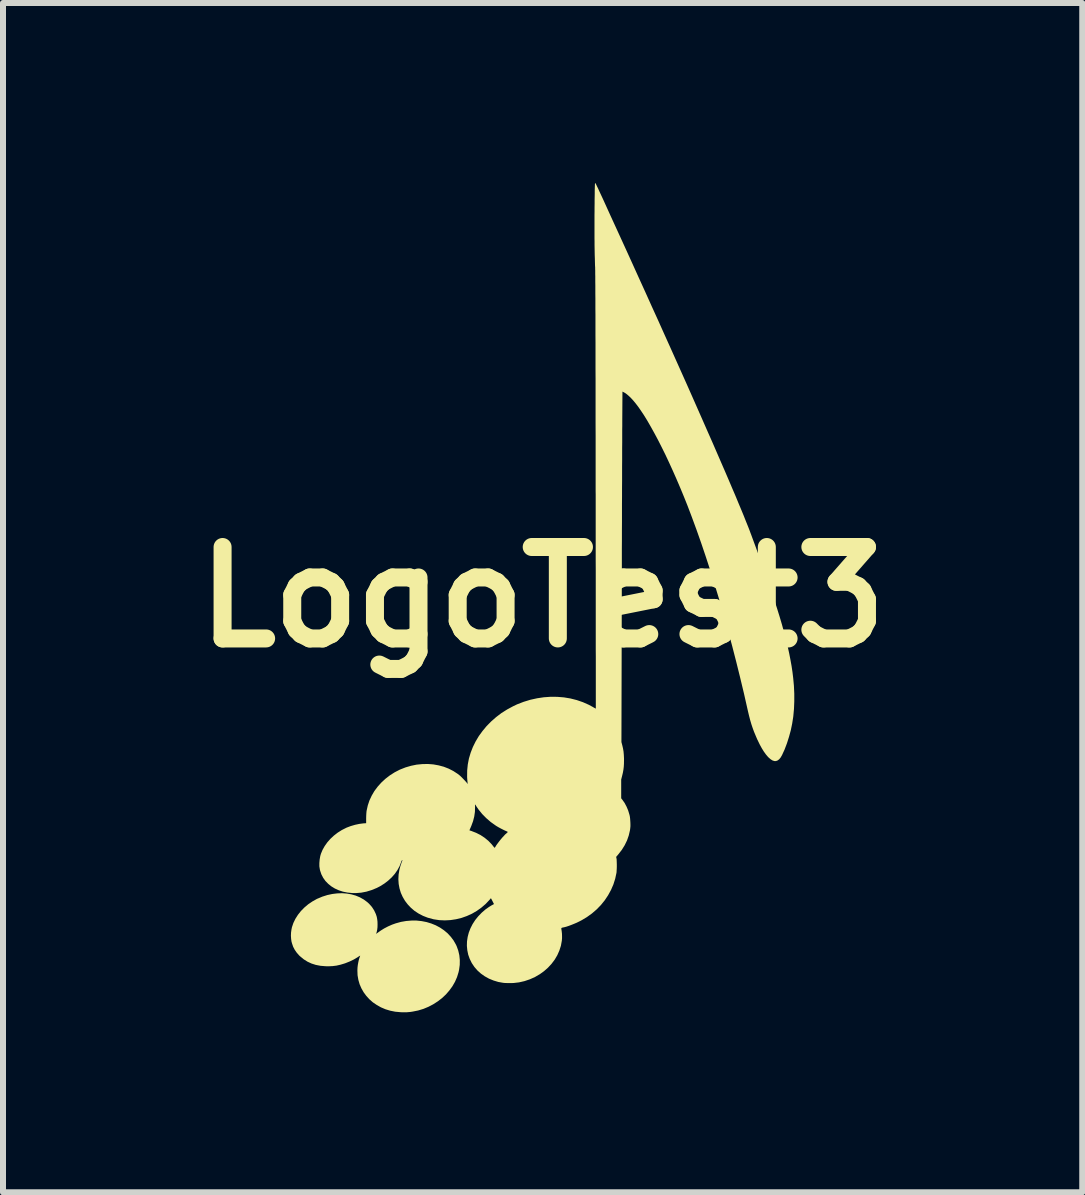
<source format=kicad_pcb>
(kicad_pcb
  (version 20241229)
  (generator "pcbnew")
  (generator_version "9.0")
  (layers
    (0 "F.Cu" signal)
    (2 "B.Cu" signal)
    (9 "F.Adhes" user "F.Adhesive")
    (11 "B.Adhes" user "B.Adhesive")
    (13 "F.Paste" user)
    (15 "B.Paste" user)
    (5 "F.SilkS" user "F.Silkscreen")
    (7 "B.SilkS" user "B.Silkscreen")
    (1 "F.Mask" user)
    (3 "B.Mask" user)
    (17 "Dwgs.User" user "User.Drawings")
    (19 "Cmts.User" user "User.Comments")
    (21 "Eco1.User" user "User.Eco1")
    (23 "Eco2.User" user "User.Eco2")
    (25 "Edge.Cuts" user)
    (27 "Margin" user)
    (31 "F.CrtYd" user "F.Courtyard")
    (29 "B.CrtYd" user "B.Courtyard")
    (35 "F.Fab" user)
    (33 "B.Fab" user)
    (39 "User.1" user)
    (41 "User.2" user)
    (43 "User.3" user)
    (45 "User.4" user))
  (footprint "LogoTest3"
    (layer "F.Cu")
    (at 5.994 6.902)
    (property "Reference" "LogoTest3" (at 0 0 0) (layer "F.SilkS") (effects (font (size 1.524 1.524) (thickness 0.3))))
    (attr board_only exclude_from_pos_files exclude_from_bom)
    (fp_poly (pts (xy -3.264 4.942) (xy -3.188 4.955) (xy -3.114 4.976) (xy -3.045 5.005) (xy -2.981 5.041) (xy -2.923 5.084) (xy -2.892 5.112) (xy -2.845 5.165) (xy -2.808 5.222) (xy -2.779 5.284) (xy -2.764 5.33) (xy -2.757 5.368) (xy -2.752 5.411) (xy -2.751 5.457) (xy -2.752 5.503) (xy -2.757 5.545) (xy -2.765 5.582) (xy -2.768 5.592) (xy -2.772 5.604) (xy -2.775 5.612) (xy -2.775 5.613) (xy -2.772 5.612) (xy -2.763 5.605) (xy -2.754 5.599) (xy -2.701 5.561) (xy -2.642 5.524) (xy -2.577 5.49) (xy -2.509 5.46) (xy -2.447 5.438) (xy -2.36 5.414) (xy -2.273 5.399) (xy -2.186 5.392) (xy -2.1 5.392) (xy -2.016 5.401) (xy -1.934 5.417) (xy -1.855 5.441) (xy -1.781 5.471) (xy -1.71 5.509) (xy -1.645 5.553) (xy -1.585 5.603) (xy -1.532 5.66) (xy -1.485 5.722) (xy -1.446 5.79) (xy -1.433 5.817) (xy -1.406 5.892) (xy -1.388 5.97) (xy -1.38 6.049) (xy -1.381 6.13) (xy -1.392 6.212) (xy -1.401 6.253) (xy -1.426 6.334) (xy -1.46 6.412) (xy -1.503 6.487) (xy -1.554 6.557) (xy -1.611 6.623) (xy -1.676 6.684) (xy -1.746 6.738) (xy -1.822 6.787) (xy -1.902 6.829) (xy -1.986 6.864) (xy -2.075 6.891) (xy -2.165 6.909) (xy -2.203 6.915) (xy -2.238 6.918) (xy -2.27 6.921) (xy -2.301 6.921) (xy -2.336 6.921) (xy -2.37 6.919) (xy -2.457 6.911) (xy -2.541 6.894) (xy -2.62 6.87) (xy -2.695 6.838) (xy -2.764 6.799) (xy -2.829 6.755) (xy -2.887 6.704) (xy -2.938 6.648) (xy -2.983 6.587) (xy -3.02 6.522) (xy -3.05 6.453) (xy -3.071 6.38) (xy -3.084 6.304) (xy -3.087 6.225) (xy -3.085 6.175) (xy -3.08 6.132) (xy -3.072 6.088) (xy -3.063 6.047) (xy -3.053 6.013) (xy -3.049 6.003) (xy -3.044 5.989) (xy -3.041 5.98) (xy -3.041 5.977) (xy -3.046 5.979) (xy -3.056 5.986) (xy -3.072 5.995) (xy -3.083 6.003) (xy -3.145 6.04) (xy -3.213 6.073) (xy -3.283 6.101) (xy -3.3 6.107) (xy -3.37 6.128) (xy -3.436 6.143) (xy -3.501 6.151) (xy -3.567 6.154) (xy -3.618 6.153) (xy -3.702 6.146) (xy -3.78 6.131) (xy -3.852 6.108) (xy -3.919 6.077) (xy -3.981 6.038) (xy -4.038 5.991) (xy -4.058 5.973) (xy -4.099 5.926) (xy -4.132 5.878) (xy -4.158 5.828) (xy -4.177 5.772) (xy -4.186 5.739) (xy -4.192 5.694) (xy -4.195 5.645) (xy -4.193 5.593) (xy -4.186 5.542) (xy -4.178 5.503) (xy -4.154 5.432) (xy -4.12 5.362) (xy -4.078 5.296) (xy -4.028 5.233) (xy -3.97 5.174) (xy -3.906 5.12) (xy -3.835 5.072) (xy -3.76 5.03) (xy -3.752 5.027) (xy -3.671 4.993) (xy -3.589 4.967) (xy -3.506 4.949) (xy -3.424 4.939) (xy -3.343 4.936)) (stroke (width 0) (type solid)) (fill yes) (layer "F.SilkS"))
    (fp_poly (pts (xy 0.877 -6.901) (xy 0.88 -6.898) (xy 0.885 -6.89) (xy 0.892 -6.878) (xy 0.9 -6.861) (xy 0.911 -6.838) (xy 0.925 -6.81) (xy 0.941 -6.774) (xy 0.961 -6.731) (xy 0.985 -6.68) (xy 1.01 -6.626) (xy 1.132 -6.357) (xy 1.253 -6.093) (xy 1.372 -5.833) (xy 1.488 -5.578) (xy 1.601 -5.328) (xy 1.713 -5.082) (xy 1.821 -4.842) (xy 1.928 -4.607) (xy 2.031 -4.377) (xy 2.132 -4.153) (xy 2.23 -3.934) (xy 2.325 -3.722) (xy 2.417 -3.516) (xy 2.506 -3.315) (xy 2.591 -3.122) (xy 2.674 -2.934) (xy 2.753 -2.754) (xy 2.83 -2.58) (xy 2.902 -2.414) (xy 2.971 -2.255) (xy 3.037 -2.103) (xy 3.099 -1.959) (xy 3.157 -1.822) (xy 3.212 -1.694) (xy 3.262 -1.573) (xy 3.309 -1.461) (xy 3.352 -1.357) (xy 3.39 -1.261) (xy 3.425 -1.175) (xy 3.451 -1.108) (xy 3.463 -1.075) (xy 3.479 -1.033) (xy 3.497 -0.984) (xy 3.517 -0.93) (xy 3.539 -0.87) (xy 3.562 -0.808) (xy 3.586 -0.742) (xy 3.61 -0.676) (xy 3.634 -0.61) (xy 3.658 -0.545) (xy 3.68 -0.482) (xy 3.702 -0.423) (xy 3.721 -0.368) (xy 3.738 -0.32) (xy 3.748 -0.29) (xy 3.805 -0.125) (xy 3.857 0.031) (xy 3.905 0.18) (xy 3.949 0.321) (xy 3.989 0.456) (xy 4.024 0.584) (xy 4.057 0.707) (xy 4.085 0.824) (xy 4.11 0.937) (xy 4.131 1.045) (xy 4.15 1.15) (xy 4.165 1.251) (xy 4.177 1.35) (xy 4.189 1.479) (xy 4.195 1.61) (xy 4.195 1.739) (xy 4.19 1.864) (xy 4.179 1.984) (xy 4.177 2) (xy 4.16 2.109) (xy 4.137 2.22) (xy 4.107 2.33) (xy 4.073 2.437) (xy 4.034 2.54) (xy 3.991 2.634) (xy 3.968 2.674) (xy 3.944 2.703) (xy 3.918 2.723) (xy 3.891 2.733) (xy 3.862 2.733) (xy 3.832 2.723) (xy 3.8 2.703) (xy 3.766 2.673) (xy 3.757 2.664) (xy 3.722 2.623) (xy 3.687 2.574) (xy 3.653 2.519) (xy 3.618 2.455) (xy 3.583 2.382) (xy 3.578 2.373) (xy 3.55 2.307) (xy 3.524 2.245) (xy 3.501 2.182) (xy 3.48 2.119) (xy 3.46 2.051) (xy 3.441 1.978) (xy 3.422 1.898) (xy 3.415 1.867) (xy 3.356 1.606) (xy 3.293 1.343) (xy 3.228 1.081) (xy 3.161 0.82) (xy 3.091 0.561) (xy 3.02 0.305) (xy 2.947 0.052) (xy 2.872 -0.196) (xy 2.797 -0.438) (xy 2.72 -0.674) (xy 2.643 -0.902) (xy 2.565 -1.123) (xy 2.487 -1.335) (xy 2.472 -1.375) (xy 2.414 -1.527) (xy 2.354 -1.677) (xy 2.293 -1.824) (xy 2.231 -1.969) (xy 2.169 -2.109) (xy 2.107 -2.245) (xy 2.045 -2.377) (xy 1.983 -2.502) (xy 1.922 -2.622) (xy 1.861 -2.736) (xy 1.802 -2.842) (xy 1.745 -2.941) (xy 1.689 -3.032) (xy 1.635 -3.113) (xy 1.596 -3.169) (xy 1.551 -3.228) (xy 1.507 -3.281) (xy 1.465 -3.326) (xy 1.425 -3.363) (xy 1.388 -3.393) (xy 1.36 -3.41) (xy 1.331 -3.425) (xy 1.328 -2.934) (xy 1.328 -2.896) (xy 1.328 -2.849) (xy 1.327 -2.793) (xy 1.327 -2.728) (xy 1.327 -2.655) (xy 1.327 -2.574) (xy 1.326 -2.484) (xy 1.326 -2.388) (xy 1.326 -2.285) (xy 1.325 -2.175) (xy 1.325 -2.059) (xy 1.325 -1.938) (xy 1.324 -1.811) (xy 1.324 -1.679) (xy 1.323 -1.543) (xy 1.323 -1.403) (xy 1.323 -1.259) (xy 1.322 -1.111) (xy 1.322 -0.961) (xy 1.321 -0.808) (xy 1.321 -0.652) (xy 1.321 -0.495) (xy 1.32 -0.337) (xy 1.32 -0.178) (xy 1.32 -0.018) (xy 1.32 -0.013) (xy 1.314 2.417) (xy 1.327 2.466) (xy 1.34 2.521) (xy 1.349 2.574) (xy 1.354 2.63) (xy 1.357 2.691) (xy 1.357 2.72) (xy 1.356 2.778) (xy 1.353 2.829) (xy 1.347 2.878) (xy 1.338 2.928) (xy 1.325 2.982) (xy 1.31 3.041) (xy 1.31 3.354) (xy 1.33 3.379) (xy 1.367 3.432) (xy 1.399 3.492) (xy 1.426 3.556) (xy 1.446 3.622) (xy 1.453 3.65) (xy 1.456 3.67) (xy 1.459 3.696) (xy 1.461 3.726) (xy 1.463 3.755) (xy 1.463 3.757) (xy 1.464 3.791) (xy 1.464 3.818) (xy 1.462 3.842) (xy 1.459 3.868) (xy 1.456 3.888) (xy 1.436 3.974) (xy 1.407 4.057) (xy 1.368 4.137) (xy 1.32 4.214) (xy 1.265 4.285) (xy 1.226 4.331) (xy 1.231 4.354) (xy 1.234 4.371) (xy 1.235 4.395) (xy 1.236 4.425) (xy 1.237 4.458) (xy 1.237 4.493) (xy 1.236 4.527) (xy 1.234 4.558) (xy 1.233 4.583) (xy 1.231 4.598) (xy 1.21 4.695) (xy 1.18 4.79) (xy 1.14 4.882) (xy 1.092 4.97) (xy 1.036 5.054) (xy 0.972 5.133) (xy 0.901 5.206) (xy 0.822 5.274) (xy 0.737 5.335) (xy 0.65 5.387) (xy 0.611 5.407) (xy 0.568 5.428) (xy 0.523 5.447) (xy 0.478 5.465) (xy 0.435 5.481) (xy 0.396 5.494) (xy 0.362 5.503) (xy 0.342 5.507) (xy 0.324 5.511) (xy 0.315 5.516) (xy 0.312 5.524) (xy 0.313 5.539) (xy 0.315 5.546) (xy 0.319 5.575) (xy 0.323 5.612) (xy 0.324 5.651) (xy 0.324 5.689) (xy 0.321 5.723) (xy 0.32 5.731) (xy 0.305 5.813) (xy 0.279 5.893) (xy 0.245 5.97) (xy 0.202 6.043) (xy 0.15 6.112) (xy 0.09 6.177) (xy 0.023 6.236) (xy -0.045 6.285) (xy -0.127 6.333) (xy -0.212 6.371) (xy -0.301 6.401) (xy -0.392 6.422) (xy -0.485 6.433) (xy -0.549 6.434) (xy -0.578 6.434) (xy -0.607 6.433) (xy -0.633 6.432) (xy -0.652 6.43) (xy -0.655 6.43) (xy -0.739 6.415) (xy -0.818 6.391) (xy -0.894 6.36) (xy -0.964 6.321) (xy -1.028 6.276) (xy -1.086 6.224) (xy -1.137 6.165) (xy -1.18 6.101) (xy -1.181 6.099) (xy -1.215 6.03) (xy -1.24 5.96) (xy -1.255 5.887) (xy -1.262 5.813) (xy -1.26 5.739) (xy -1.249 5.665) (xy -1.23 5.592) (xy -1.202 5.52) (xy -1.167 5.451) (xy -1.123 5.383) (xy -1.072 5.32) (xy -1.014 5.26) (xy -0.949 5.204) (xy -0.892 5.164) (xy -0.872 5.152) (xy -0.853 5.14) (xy -0.836 5.131) (xy -0.835 5.13) (xy -0.822 5.123) (xy -0.813 5.119) (xy -0.811 5.117) (xy -0.813 5.113) (xy -0.818 5.101) (xy -0.827 5.085) (xy -0.835 5.068) (xy -0.861 5.019) (xy -0.884 5.046) (xy -0.949 5.115) (xy -1.02 5.176) (xy -1.097 5.231) (xy -1.178 5.278) (xy -1.264 5.317) (xy -1.352 5.348) (xy -1.443 5.37) (xy -1.536 5.384) (xy -1.629 5.389) (xy -1.722 5.385) (xy -1.814 5.371) (xy -1.83 5.367) (xy -1.915 5.344) (xy -1.994 5.313) (xy -2.067 5.275) (xy -2.134 5.231) (xy -2.194 5.18) (xy -2.247 5.124) (xy -2.293 5.064) (xy -2.332 4.998) (xy -2.363 4.929) (xy -2.385 4.856) (xy -2.399 4.781) (xy -2.404 4.703) (xy -2.4 4.623) (xy -2.386 4.541) (xy -2.382 4.525) (xy -2.368 4.476) (xy -2.35 4.424) (xy -2.338 4.394) (xy -2.337 4.386) (xy -2.341 4.385) (xy -2.346 4.39) (xy -2.353 4.403) (xy -2.359 4.421) (xy -2.385 4.487) (xy -2.42 4.551) (xy -2.463 4.613) (xy -2.514 4.671) (xy -2.572 4.725) (xy -2.637 4.775) (xy -2.707 4.819) (xy -2.763 4.848) (xy -2.848 4.883) (xy -2.936 4.91) (xy -3.024 4.927) (xy -3.113 4.934) (xy -3.174 4.933) (xy -3.253 4.925) (xy -3.328 4.91) (xy -3.398 4.887) (xy -3.462 4.858) (xy -3.521 4.822) (xy -3.573 4.78) (xy -3.619 4.733) (xy -3.657 4.68) (xy -3.687 4.622) (xy -3.708 4.56) (xy -3.713 4.539) (xy -3.721 4.488) (xy -3.721 4.432) (xy -3.716 4.374) (xy -3.706 4.317) (xy -3.695 4.279) (xy -3.668 4.214) (xy -3.632 4.15) (xy -3.588 4.088) (xy -3.537 4.03) (xy -3.479 3.976) (xy -3.416 3.927) (xy -3.354 3.888) (xy -1.219 3.888) (xy -1.214 3.89) (xy -1.202 3.894) (xy -1.185 3.899) (xy -1.184 3.9) (xy -1.107 3.93) (xy -1.034 3.967) (xy -0.966 4.012) (xy -0.904 4.063) (xy -0.85 4.119) (xy -0.826 4.149) (xy -0.815 4.163) (xy -0.805 4.174) (xy -0.8 4.18) (xy -0.8 4.18) (xy -0.796 4.176) (xy -0.789 4.166) (xy -0.786 4.161) (xy -0.771 4.136) (xy -0.75 4.107) (xy -0.726 4.075) (xy -0.699 4.041) (xy -0.672 4.009) (xy -0.645 3.98) (xy -0.622 3.955) (xy -0.604 3.94) (xy -0.592 3.928) (xy -0.583 3.92) (xy -0.58 3.915) (xy -0.584 3.912) (xy -0.595 3.906) (xy -0.609 3.9) (xy -0.636 3.888) (xy -0.668 3.872) (xy -0.703 3.854) (xy -0.738 3.835) (xy -0.77 3.816) (xy -0.785 3.806) (xy -0.865 3.749) (xy -0.939 3.685) (xy -1.007 3.616) (xy -1.067 3.542) (xy -1.102 3.491) (xy -1.112 3.475) (xy -1.121 3.462) (xy -1.126 3.456) (xy -1.126 3.455) (xy -1.127 3.46) (xy -1.127 3.472) (xy -1.126 3.491) (xy -1.126 3.506) (xy -1.128 3.58) (xy -1.139 3.656) (xy -1.159 3.735) (xy -1.188 3.814) (xy -1.202 3.847) (xy -1.21 3.865) (xy -1.216 3.879) (xy -1.219 3.887) (xy -1.219 3.888) (xy -3.354 3.888) (xy -3.348 3.884) (xy -3.277 3.848) (xy -3.267 3.843) (xy -3.198 3.817) (xy -3.126 3.796) (xy -3.056 3.781) (xy -2.988 3.772) (xy -2.987 3.772) (xy -2.941 3.769) (xy -2.941 3.688) (xy -2.94 3.646) (xy -2.938 3.607) (xy -2.935 3.573) (xy -2.933 3.56) (xy -2.914 3.474) (xy -2.886 3.39) (xy -2.848 3.309) (xy -2.803 3.232) (xy -2.749 3.16) (xy -2.688 3.092) (xy -2.62 3.029) (xy -2.546 2.972) (xy -2.466 2.921) (xy -2.381 2.877) (xy -2.29 2.841) (xy -2.285 2.839) (xy -2.192 2.812) (xy -2.099 2.793) (xy -2.005 2.784) (xy -1.913 2.782) (xy -1.822 2.789) (xy -1.733 2.805) (xy -1.647 2.828) (xy -1.565 2.86) (xy -1.487 2.9) (xy -1.415 2.947) (xy -1.377 2.977) (xy -1.36 2.993) (xy -1.339 3.014) (xy -1.315 3.039) (xy -1.291 3.064) (xy -1.269 3.089) (xy -1.258 3.102) (xy -1.246 3.117) (xy -1.251 3.092) (xy -1.252 3.078) (xy -1.254 3.057) (xy -1.256 3.031) (xy -1.258 3.002) (xy -1.258 2.99) (xy -1.257 2.889) (xy -1.247 2.79) (xy -1.228 2.691) (xy -1.199 2.594) (xy -1.162 2.499) (xy -1.116 2.406) (xy -1.063 2.317) (xy -1.001 2.232) (xy -0.933 2.15) (xy -0.857 2.073) (xy -0.775 2.001) (xy -0.687 1.934) (xy -0.592 1.874) (xy -0.492 1.82) (xy -0.425 1.788) (xy -0.316 1.746) (xy -0.205 1.712) (xy -0.092 1.687) (xy 0.021 1.67) (xy 0.134 1.662) (xy 0.245 1.663) (xy 0.356 1.672) (xy 0.464 1.69) (xy 0.57 1.717) (xy 0.672 1.752) (xy 0.769 1.795) (xy 0.834 1.83) (xy 0.854 1.842) (xy 0.871 1.851) (xy 0.882 1.857) (xy 0.887 1.859) (xy 0.887 1.859) (xy 0.887 1.854) (xy 0.887 1.839) (xy 0.887 1.815) (xy 0.887 1.781) (xy 0.887 1.739) (xy 0.887 1.688) (xy 0.887 1.628) (xy 0.887 1.56) (xy 0.887 1.484) (xy 0.887 1.4) (xy 0.887 1.308) (xy 0.887 1.21) (xy 0.887 1.104) (xy 0.887 0.992) (xy 0.886 0.873) (xy 0.886 0.748) (xy 0.886 0.616) (xy 0.886 0.479) (xy 0.886 0.337) (xy 0.886 0.189) (xy 0.886 0.036) (xy 0.886 -0.121) (xy 0.886 -0.283) (xy 0.886 -0.45) (xy 0.885 -0.62) (xy 0.885 -0.794) (xy 0.885 -0.972) (xy 0.885 -1.153) (xy 0.885 -1.337) (xy 0.885 -1.524) (xy 0.885 -1.713) (xy 0.884 -1.765) (xy 0.884 -2.011) (xy 0.884 -2.247) (xy 0.884 -2.473) (xy 0.884 -2.69) (xy 0.883 -2.898) (xy 0.883 -3.096) (xy 0.883 -3.285) (xy 0.883 -3.465) (xy 0.883 -3.636) (xy 0.882 -3.799) (xy 0.882 -3.953) (xy 0.882 -4.099) (xy 0.882 -4.237) (xy 0.881 -4.366) (xy 0.881 -4.488) (xy 0.881 -4.602) (xy 0.881 -4.708) (xy 0.88 -4.807) (xy 0.88 -4.899) (xy 0.88 -4.983) (xy 0.879 -5.061) (xy 0.879 -5.131) (xy 0.879 -5.195) (xy 0.878 -5.253) (xy 0.878 -5.304) (xy 0.878 -5.348) (xy 0.877 -5.387) (xy 0.877 -5.42) (xy 0.877 -5.447) (xy 0.876 -5.468) (xy 0.876 -5.484) (xy 0.876 -5.494) (xy 0.876 -5.495) (xy 0.874 -5.521) (xy 0.873 -5.556) (xy 0.872 -5.598) (xy 0.871 -5.645) (xy 0.869 -5.697) (xy 0.868 -5.752) (xy 0.867 -5.808) (xy 0.866 -5.865) (xy 0.866 -5.883) (xy 0.866 -5.93) (xy 0.865 -5.983) (xy 0.865 -6.04) (xy 0.865 -6.1) (xy 0.865 -6.164) (xy 0.865 -6.229) (xy 0.865 -6.295) (xy 0.865 -6.362) (xy 0.866 -6.428) (xy 0.866 -6.493) (xy 0.867 -6.556) (xy 0.867 -6.616) (xy 0.868 -6.672) (xy 0.869 -6.724) (xy 0.869 -6.771) (xy 0.87 -6.812) (xy 0.871 -6.846) (xy 0.872 -6.873) (xy 0.873 -6.891) (xy 0.874 -6.9) (xy 0.874 -6.9) (xy 0.875 -6.902)) (stroke (width 0) (type solid)) (fill yes) (layer "F.SilkS")))
  (gr_rect
    (start -3 -3)
    (end 14.989 16.823)
    (stroke (width 0.1) (type default))
    (fill no)
    (layer "Edge.Cuts")))
</source>
